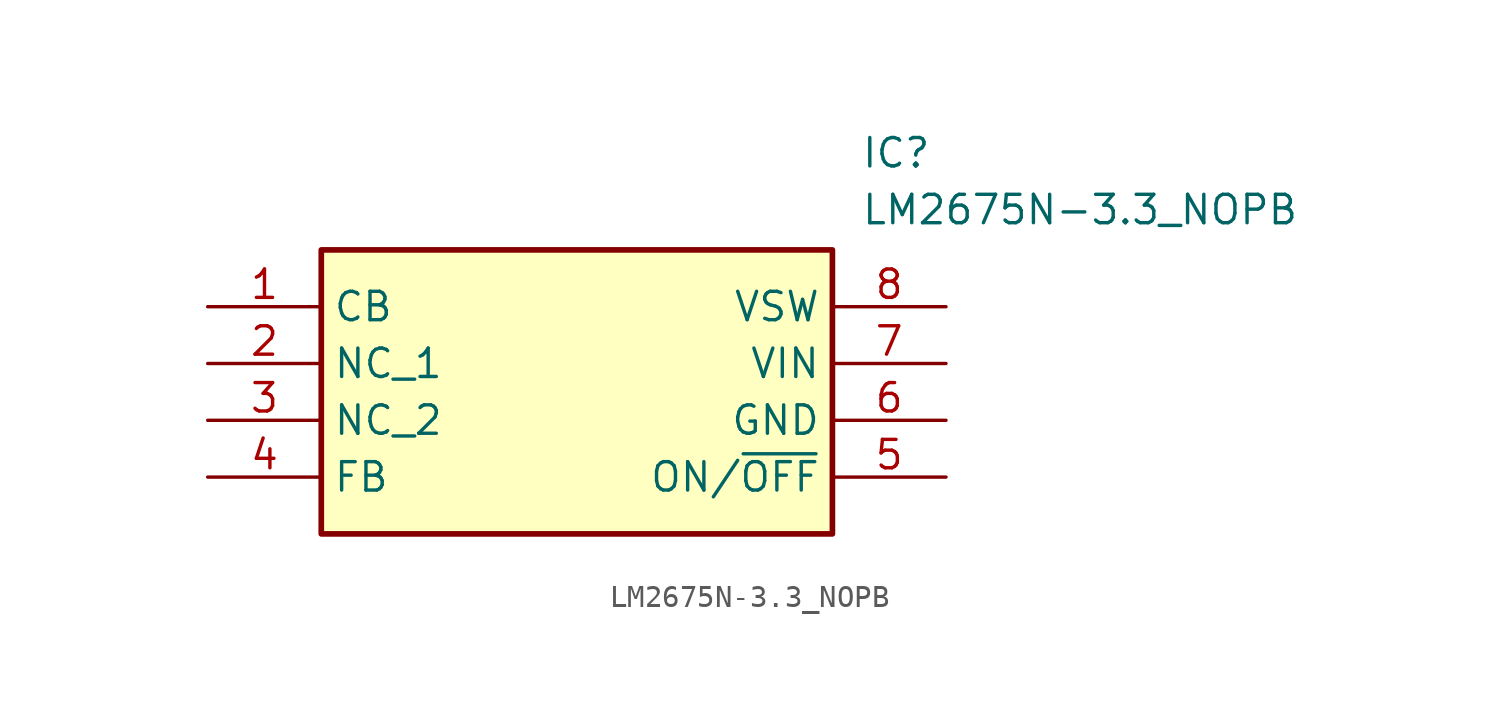
<source format=kicad_sym>
(kicad_symbol_lib
  (version 20211014)
  (generator SamacSys_ECAD_Model)
  (symbol "LM2675N-3.3_NOPB"
    (property "Reference" "IC"
      (at 29.21 7.62 0)
      (effects (font (size 1.27 1.27)) (justify left top)))
    (property "Value" "LM2675N-3.3_NOPB"
      (at 29.21 5.08 0)
      (effects (font (size 1.27 1.27)) (justify left top)))
    (rectangle
      (start 5.08 2.54)
      (end 27.94 -10.16)
      (stroke (width 0.254) (type default))
      (fill (type background)))
    (pin passive line
      (at 0 0 0)
      (length 5.08)
      (name "CB" (effects (font (size 1.27 1.27))))
      (number "1" (effects (font (size 1.27 1.27)))))
    (pin passive line
      (at 0 -2.54 0)
      (length 5.08)
      (name "NC_1" (effects (font (size 1.27 1.27))))
      (number "2" (effects (font (size 1.27 1.27)))))
    (pin passive line
      (at 0 -5.08 0)
      (length 5.08)
      (name "NC_2" (effects (font (size 1.27 1.27))))
      (number "3" (effects (font (size 1.27 1.27)))))
    (pin passive line
      (at 0 -7.62 0)
      (length 5.08)
      (name "FB" (effects (font (size 1.27 1.27))))
      (number "4" (effects (font (size 1.27 1.27)))))
    (pin passive line
      (at 33.02 0 180)
      (length 5.08)
      (name "VSW" (effects (font (size 1.27 1.27))))
      (number "8" (effects (font (size 1.27 1.27)))))
    (pin passive line
      (at 33.02 -2.54 180)
      (length 5.08)
      (name "VIN" (effects (font (size 1.27 1.27))))
      (number "7" (effects (font (size 1.27 1.27)))))
    (pin passive line
      (at 33.02 -5.08 180)
      (length 5.08)
      (name "GND" (effects (font (size 1.27 1.27))))
      (number "6" (effects (font (size 1.27 1.27)))))
    (pin passive line
      (at 33.02 -7.62 180)
      (length 5.08)
      (name "ON/~{OFF}" (effects (font (size 1.27 1.27))))
      (number "5" (effects (font (size 1.27 1.27)))))))
</source>
